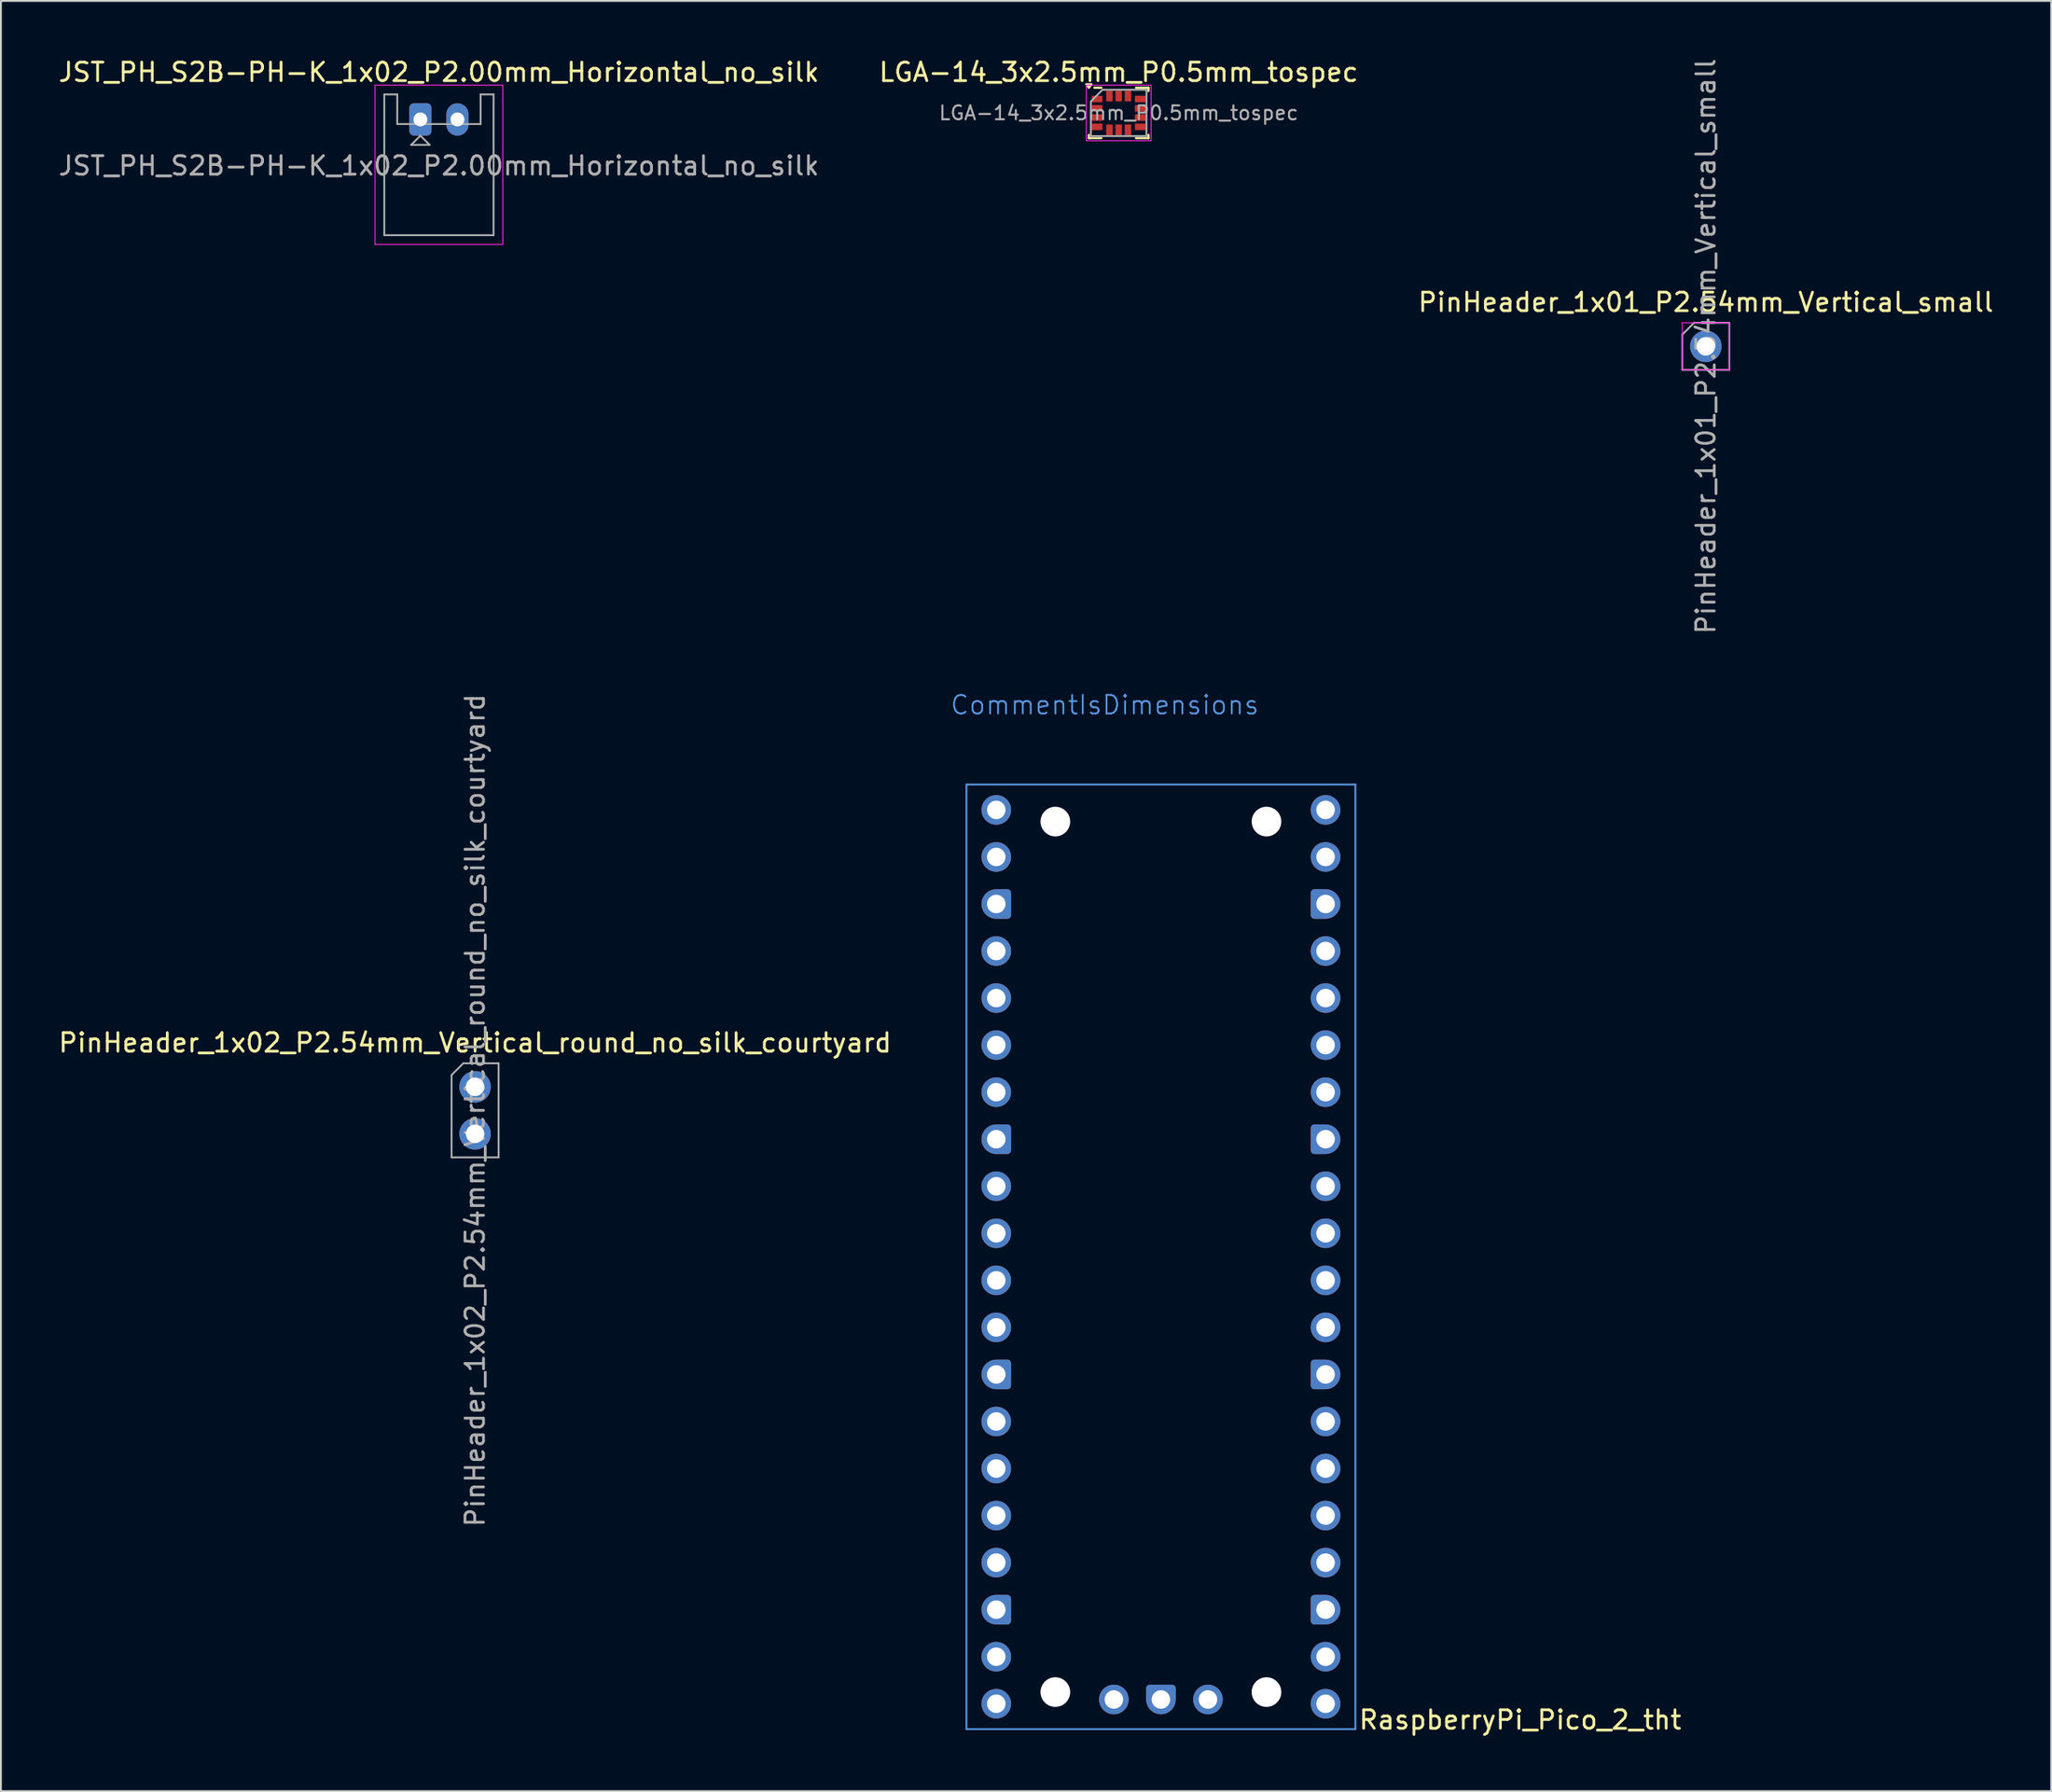
<source format=kicad_pcb>
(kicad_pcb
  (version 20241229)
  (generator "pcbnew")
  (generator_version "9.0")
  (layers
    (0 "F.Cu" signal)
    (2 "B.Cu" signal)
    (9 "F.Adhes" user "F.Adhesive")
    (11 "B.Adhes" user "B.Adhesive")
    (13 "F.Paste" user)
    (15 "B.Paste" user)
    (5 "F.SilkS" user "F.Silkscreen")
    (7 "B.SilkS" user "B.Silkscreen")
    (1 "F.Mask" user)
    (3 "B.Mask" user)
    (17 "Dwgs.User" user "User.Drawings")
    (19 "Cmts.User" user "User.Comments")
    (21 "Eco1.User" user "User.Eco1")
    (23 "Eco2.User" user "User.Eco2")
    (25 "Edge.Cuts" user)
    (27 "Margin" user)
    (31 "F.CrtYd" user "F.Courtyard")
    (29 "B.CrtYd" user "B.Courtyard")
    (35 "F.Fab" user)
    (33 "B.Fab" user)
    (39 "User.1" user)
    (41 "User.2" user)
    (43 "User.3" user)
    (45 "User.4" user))
  (footprint "LGA-14_3x2.5mm_P0.5mm_tospec"
    (layer "F.Cu")
    (at 57.351 3.048)
    (property "Reference" "LGA-14_3x2.5mm_P0.5mm_tospec" (at 0 -2.2 0) (layer "F.SilkS") (effects (font (size 1 1) (thickness 0.15))))
    (attr smd)
    (fp_rect (start -1.5 -1.25) (end 1.5 1.25) (stroke (width 0.1) (type solid)) (fill yes) (layer "F.Mask"))
    (fp_line (start -1.61 1.36) (end -1.61 1.185) (stroke (width 0.12) (type solid)) (layer "F.SilkS"))
    (fp_line (start -0.935 -1.36) (end -1.31 -1.36) (stroke (width 0.12) (type solid)) (layer "F.SilkS"))
    (fp_line (start -0.935 1.36) (end -1.61 1.36) (stroke (width 0.12) (type solid)) (layer "F.SilkS"))
    (fp_line (start 0.935 -1.36) (end 1.61 -1.36) (stroke (width 0.12) (type solid)) (layer "F.SilkS"))
    (fp_line (start 0.935 1.36) (end 1.61 1.36) (stroke (width 0.12) (type solid)) (layer "F.SilkS"))
    (fp_line (start 1.61 -1.36) (end 1.61 -1.185) (stroke (width 0.12) (type solid)) (layer "F.SilkS"))
    (fp_line (start 1.61 1.36) (end 1.61 1.185) (stroke (width 0.12) (type solid)) (layer "F.SilkS"))
    (fp_poly (pts (xy -1.61 -1.36) (xy -1.75 -1.55) (xy -1.47 -1.55)) (stroke (width 0.12) (type solid)) (fill yes) (layer "F.SilkS"))
    (fp_rect (start 1.75 1.5) (end -1.75 -1.5) (stroke (width 0.05) (type solid)) (fill no) (layer "F.CrtYd"))
    (fp_poly (pts (xy -1.5 -0.625) (xy -1.5 1.25) (xy 1.5 1.25) (xy 1.5 -1.25) (xy -0.875 -1.25)) (stroke (width 0.1) (type solid)) (fill no) (layer "F.Fab"))
    (fp_text user "${REFERENCE}" (at 0 0 0) (layer "F.Fab") (effects (font (size 0.75 0.75) (thickness 0.11))))
    (pad "1" smd rect (at -1.163 -0.75) (size 0.575 0.35) (layers "F.Cu" "F.Mask" "F.Paste"))
    (pad "2" smd rect (at -1.163 -0.25) (size 0.575 0.35) (layers "F.Cu" "F.Mask" "F.Paste"))
    (pad "3" smd rect (at -1.163 0.25) (size 0.575 0.35) (layers "F.Cu" "F.Mask" "F.Paste"))
    (pad "4" smd rect (at -1.163 0.75) (size 0.575 0.35) (layers "F.Cu" "F.Mask" "F.Paste"))
    (pad "5" smd rect (at -0.5 0.912) (size 0.35 0.575) (layers "F.Cu" "F.Mask" "F.Paste"))
    (pad "6" smd rect (at 0 0.912) (size 0.35 0.575) (layers "F.Cu" "F.Mask" "F.Paste"))
    (pad "7" smd rect (at 0.5 0.912) (size 0.35 0.575) (layers "F.Cu" "F.Mask" "F.Paste"))
    (pad "8" smd rect (at 1.163 0.75) (size 0.575 0.35) (layers "F.Cu" "F.Mask" "F.Paste"))
    (pad "9" smd rect (at 1.163 0.25) (size 0.575 0.35) (layers "F.Cu" "F.Mask" "F.Paste"))
    (pad "10" smd rect (at 1.163 -0.25) (size 0.575 0.35) (layers "F.Cu" "F.Mask" "F.Paste"))
    (pad "11" smd rect (at 1.163 -0.75) (size 0.575 0.35) (layers "F.Cu" "F.Mask" "F.Paste"))
    (pad "12" smd rect (at 0.5 -0.912) (size 0.35 0.575) (layers "F.Cu" "F.Mask" "F.Paste"))
    (pad "13" smd rect (at 0 -0.912) (size 0.35 0.575) (layers "F.Cu" "F.Mask" "F.Paste"))
    (pad "14" smd rect (at -0.5 -0.912) (size 0.35 0.575) (layers "F.Cu" "F.Mask" "F.Paste")))
  (footprint "PinHeader_1x01_P2.54mm_Vertical_small"
    (layer "F.Cu")
    (at 89.054 15.649)
    (property "Reference" "PinHeader_1x01_P2.54mm_Vertical_small" (at 0 -2.38 0) (layer "F.SilkS") (effects (font (size 1 1) (thickness 0.15))))
    (attr through_hole)
    (fp_line (start -1.27 -1.27) (end -1.27 1.27) (stroke (width 0.05) (type solid)) (layer "F.CrtYd"))
    (fp_line (start -1.27 1.27) (end 1.27 1.27) (stroke (width 0.05) (type solid)) (layer "F.CrtYd"))
    (fp_line (start 1.27 -1.27) (end -1.27 -1.27) (stroke (width 0.05) (type solid)) (layer "F.CrtYd"))
    (fp_line (start 1.27 1.27) (end 1.27 -1.27) (stroke (width 0.05) (type solid)) (layer "F.CrtYd"))
    (fp_line (start -1.27 -0.635) (end -0.635 -1.27) (stroke (width 0.1) (type solid)) (layer "F.Fab"))
    (fp_line (start -1.27 1.27) (end -1.27 -0.635) (stroke (width 0.1) (type solid)) (layer "F.Fab"))
    (fp_line (start -0.635 -1.27) (end 1.27 -1.27) (stroke (width 0.1) (type solid)) (layer "F.Fab"))
    (fp_line (start 1.27 -1.27) (end 1.27 1.27) (stroke (width 0.1) (type solid)) (layer "F.Fab"))
    (fp_line (start 1.27 1.27) (end -1.27 1.27) (stroke (width 0.1) (type solid)) (layer "F.Fab"))
    (fp_text user "${REFERENCE}" (at 0 0 90) (layer "F.Fab") (effects (font (size 1 1) (thickness 0.15))))
    (pad "1" thru_hole circle (at 0 0) (size 1.7 1.7) (drill 1) (layers "*.Cu" "*.Mask")))
  (footprint "RaspberryPi_Pico_2_tht"
    (layer "F.Cu")
    (at 50.742 40.678)
    (property "Reference" "RaspberryPi_Pico_2_tht" (at 19.5 49.13 0) (unlocked yes) (layer "F.SilkS") (effects (font (size 1 1) (thickness 0.15)) (justify left)))
    (attr through_hole)
    (fp_line (start -1.61 -1.37) (end -1.61 49.63) (stroke (width 0.1) (type solid)) (layer "Cmts.User"))
    (fp_line (start -1.61 -1.37) (end 19.39 -1.37) (stroke (width 0.1) (type solid)) (layer "Cmts.User"))
    (fp_line (start -1.61 49.63) (end 19.39 49.63) (stroke (width 0.1) (type solid)) (layer "Cmts.User"))
    (fp_line (start 19.39 -1.37) (end 19.39 49.63) (stroke (width 0.1) (type solid)) (layer "Cmts.User"))
    (fp_text user "CommentIsDimensions" (at -2.54 -5.08 0) (unlocked yes) (layer "Cmts.User") (effects (font (size 1 1) (thickness 0.1)) (justify left bottom)))
    (pad "" np_thru_hole circle (at 3.19 0.63) (size 1.6 1.6) (drill 2.1) (layers "*.Cu" "*.Mask"))
    (pad "" np_thru_hole circle (at 3.19 47.63) (size 1.6 1.6) (drill 2.1) (layers "*.Cu" "*.Mask"))
    (pad "" np_thru_hole circle (at 14.59 0.63) (size 1.6 1.6) (drill 2.1) (layers "*.Cu" "*.Mask"))
    (pad "" np_thru_hole circle (at 14.59 47.63) (size 1.6 1.6) (drill 2.1) (layers "*.Cu" "*.Mask"))
    (pad "1" thru_hole circle (at 0 0) (size 1.6 1.6) (drill 1) (layers "*.Cu" "*.Mask"))
    (pad "2" thru_hole circle (at 0 2.54) (size 1.6 1.6) (drill 1) (layers "*.Cu" "*.Mask"))
    (pad "3" thru_hole custom (at 0 5.08) (size 1.6 1.6) (drill 1) (layers "*.Cu" "*.Mask") (options (anchor circle)) (primitives (gr_poly (pts (xy 0.8 0.6) (xy 0.8 -0.6) (xy 0.6 -0.8) (xy 0 -0.8) (xy 0 0.8) (xy 0.6 0.8)) (width 0) (fill yes)) (gr_circle (center 0.6 0.6) (end 0.8 0.6) (width 0) (fill yes)) (gr_circle (center 0.6 -0.6) (end 0.8 -0.6) (width 0) (fill yes))))
    (pad "4" thru_hole circle (at 0 7.62) (size 1.6 1.6) (drill 1) (layers "*.Cu" "*.Mask"))
    (pad "5" thru_hole circle (at 0 10.16) (size 1.6 1.6) (drill 1) (layers "*.Cu" "*.Mask"))
    (pad "6" thru_hole circle (at 0 12.7) (size 1.6 1.6) (drill 1) (layers "*.Cu" "*.Mask"))
    (pad "7" thru_hole circle (at 0 15.24) (size 1.6 1.6) (drill 1) (layers "*.Cu" "*.Mask"))
    (pad "8" thru_hole custom (at 0 17.78) (size 1.6 1.6) (drill 1) (layers "*.Cu" "*.Mask") (options (anchor circle)) (primitives (gr_poly (pts (xy 0.8 0.6) (xy 0.8 -0.6) (xy 0.6 -0.8) (xy 0 -0.8) (xy 0 0.8) (xy 0.6 0.8)) (width 0) (fill yes)) (gr_circle (center 0.6 0.6) (end 0.8 0.6) (width 0) (fill yes)) (gr_circle (center 0.6 -0.6) (end 0.8 -0.6) (width 0) (fill yes))))
    (pad "9" thru_hole circle (at 0 20.32) (size 1.6 1.6) (drill 1) (layers "*.Cu" "*.Mask"))
    (pad "10" thru_hole circle (at 0 22.86) (size 1.6 1.6) (drill 1) (layers "*.Cu" "*.Mask"))
    (pad "11" thru_hole circle (at 0 25.4) (size 1.6 1.6) (drill 1) (layers "*.Cu" "*.Mask"))
    (pad "12" thru_hole circle (at 0 27.94) (size 1.6 1.6) (drill 1) (layers "*.Cu" "*.Mask"))
    (pad "13" thru_hole custom (at 0 30.48) (size 1.6 1.6) (drill 1) (layers "*.Cu" "*.Mask") (options (anchor circle)) (primitives (gr_poly (pts (xy 0.8 0.6) (xy 0.8 -0.6) (xy 0.6 -0.8) (xy 0 -0.8) (xy 0 0.8) (xy 0.6 0.8)) (width 0) (fill yes)) (gr_circle (center 0.6 0.6) (end 0.8 0.6) (width 0) (fill yes)) (gr_circle (center 0.6 -0.6) (end 0.8 -0.6) (width 0) (fill yes))))
    (pad "14" thru_hole circle (at 0 33.02) (size 1.6 1.6) (drill 1) (layers "*.Cu" "*.Mask"))
    (pad "15" thru_hole circle (at 0 35.56) (size 1.6 1.6) (drill 1) (layers "*.Cu" "*.Mask"))
    (pad "16" thru_hole circle (at 0 38.1) (size 1.6 1.6) (drill 1) (layers "*.Cu" "*.Mask"))
    (pad "17" thru_hole circle (at 0 40.64) (size 1.6 1.6) (drill 1) (layers "*.Cu" "*.Mask"))
    (pad "18" thru_hole custom (at 0 43.18) (size 1.6 1.6) (drill 1) (layers "*.Cu" "*.Mask") (options (anchor circle)) (primitives (gr_poly (pts (xy 0.8 0.6) (xy 0.8 -0.6) (xy 0.6 -0.8) (xy 0 -0.8) (xy 0 0.8) (xy 0.6 0.8)) (width 0) (fill yes)) (gr_circle (center 0.6 0.6) (end 0.8 0.6) (width 0) (fill yes)) (gr_circle (center 0.6 -0.6) (end 0.8 -0.6) (width 0) (fill yes))))
    (pad "19" thru_hole circle (at 0 45.72) (size 1.6 1.6) (drill 1) (layers "*.Cu" "*.Mask"))
    (pad "20" thru_hole circle (at 0 48.26) (size 1.6 1.6) (drill 1) (layers "*.Cu" "*.Mask"))
    (pad "21" thru_hole circle (at 17.78 48.26) (size 1.6 1.6) (drill 1) (layers "*.Cu" "*.Mask"))
    (pad "22" thru_hole circle (at 17.78 45.72) (size 1.6 1.6) (drill 1) (layers "*.Cu" "*.Mask"))
    (pad "23" thru_hole custom (at 17.78 43.18) (size 1.6 1.6) (drill 1) (layers "*.Cu" "*.Mask") (options (anchor circle)) (primitives (gr_poly (pts (xy -0.8 0.6) (xy -0.8 -0.6) (xy -0.6 -0.8) (xy 0 -0.8) (xy 0 0.8) (xy -0.6 0.8)) (width 0) (fill yes)) (gr_circle (center -0.6 0.6) (end -0.4 0.6) (width 0) (fill yes)) (gr_circle (center -0.6 -0.6) (end -0.4 -0.6) (width 0) (fill yes))))
    (pad "24" thru_hole circle (at 17.78 40.64) (size 1.6 1.6) (drill 1) (layers "*.Cu" "*.Mask"))
    (pad "25" thru_hole circle (at 17.78 38.1) (size 1.6 1.6) (drill 1) (layers "*.Cu" "*.Mask"))
    (pad "26" thru_hole circle (at 17.78 35.56) (size 1.6 1.6) (drill 1) (layers "*.Cu" "*.Mask"))
    (pad "27" thru_hole circle (at 17.78 33.02) (size 1.6 1.6) (drill 1) (layers "*.Cu" "*.Mask"))
    (pad "28" thru_hole custom (at 17.78 30.48) (size 1.6 1.6) (drill 1) (layers "*.Cu" "*.Mask") (options (anchor circle)) (primitives (gr_poly (pts (xy -0.8 0.6) (xy -0.8 -0.6) (xy -0.6 -0.8) (xy 0 -0.8) (xy 0 0.8) (xy -0.6 0.8)) (width 0) (fill yes)) (gr_circle (center -0.6 0.6) (end -0.4 0.6) (width 0) (fill yes)) (gr_circle (center -0.6 -0.6) (end -0.4 -0.6) (width 0) (fill yes))))
    (pad "29" thru_hole circle (at 17.78 27.94) (size 1.6 1.6) (drill 1) (layers "*.Cu" "*.Mask"))
    (pad "30" thru_hole circle (at 17.78 25.4) (size 1.6 1.6) (drill 1) (layers "*.Cu" "*.Mask"))
    (pad "31" thru_hole circle (at 17.78 22.86) (size 1.6 1.6) (drill 1) (layers "*.Cu" "*.Mask"))
    (pad "32" thru_hole circle (at 17.78 20.32) (size 1.6 1.6) (drill 1) (layers "*.Cu" "*.Mask"))
    (pad "33" thru_hole custom (at 17.78 17.78) (size 1.6 1.6) (drill 1) (layers "*.Cu" "*.Mask") (options (anchor circle)) (primitives (gr_poly (pts (xy -0.8 0.6) (xy -0.8 -0.6) (xy -0.6 -0.8) (xy 0 -0.8) (xy 0 0.8) (xy -0.6 0.8)) (width 0) (fill yes)) (gr_circle (center -0.6 0.6) (end -0.4 0.6) (width 0) (fill yes)) (gr_circle (center -0.6 -0.6) (end -0.4 -0.6) (width 0) (fill yes))))
    (pad "34" thru_hole circle (at 17.78 15.24) (size 1.6 1.6) (drill 1) (layers "*.Cu" "*.Mask"))
    (pad "35" thru_hole circle (at 17.78 12.7) (size 1.6 1.6) (drill 1) (layers "*.Cu" "*.Mask"))
    (pad "36" thru_hole circle (at 17.78 10.16) (size 1.6 1.6) (drill 1) (layers "*.Cu" "*.Mask"))
    (pad "37" thru_hole circle (at 17.78 7.62) (size 1.6 1.6) (drill 1) (layers "*.Cu" "*.Mask"))
    (pad "38" thru_hole custom (at 17.78 5.08) (size 1.6 1.6) (drill 1) (layers "*.Cu" "*.Mask") (options (anchor circle)) (primitives (gr_poly (pts (xy -0.8 0.6) (xy -0.8 -0.6) (xy -0.6 -0.8) (xy 0 -0.8) (xy 0 0.8) (xy -0.6 0.8)) (width 0) (fill yes)) (gr_circle (center -0.6 0.6) (end -0.4 0.6) (width 0) (fill yes)) (gr_circle (center -0.6 -0.6) (end -0.4 -0.6) (width 0) (fill yes))))
    (pad "39" thru_hole circle (at 17.78 2.54) (size 1.6 1.6) (drill 1) (layers "*.Cu" "*.Mask"))
    (pad "40" thru_hole circle (at 17.78 0) (size 1.6 1.6) (drill 1) (layers "*.Cu" "*.Mask"))
    (pad "dbg_gnd" thru_hole custom (at 8.89 48.03 270) (size 1.6 1.6) (drill 1) (layers "*.Cu" "*.Mask") (options (anchor circle)) (primitives (gr_poly (pts (xy -0.8 0.6) (xy -0.8 -0.6) (xy -0.6 -0.8) (xy 0 -0.8) (xy 0 0.8) (xy -0.6 0.8)) (width 0) (fill yes)) (gr_circle (center -0.6 0.6) (end -0.4 0.6) (width 0) (fill yes)) (gr_circle (center -0.6 -0.6) (end -0.4 -0.6) (width 0) (fill yes))))
    (pad "swclk" thru_hole circle (at 6.35 48.03) (size 1.6 1.6) (drill 1) (layers "*.Cu" "*.Mask"))
    (pad "swdio" thru_hole circle (at 11.43 48.03) (size 1.6 1.6) (drill 1) (layers "*.Cu" "*.Mask")))
  (footprint "PinHeader_1x02_P2.54mm_Vertical_round_no_silk_courtyard"
    (layer "F.Cu")
    (at 22.601 55.629)
    (property "Reference" "PinHeader_1x02_P2.54mm_Vertical_round_no_silk_courtyard" (at 0 -2.38 0) (layer "F.SilkS") (effects (font (size 1 1) (thickness 0.15))))
    (attr through_hole)
    (fp_line (start -1.27 -0.635) (end -0.635 -1.27) (stroke (width 0.1) (type solid)) (layer "F.Fab"))
    (fp_line (start -1.27 3.81) (end -1.27 -0.635) (stroke (width 0.1) (type solid)) (layer "F.Fab"))
    (fp_line (start -0.635 -1.27) (end 1.27 -1.27) (stroke (width 0.1) (type solid)) (layer "F.Fab"))
    (fp_line (start 1.27 -1.27) (end 1.27 3.81) (stroke (width 0.1) (type solid)) (layer "F.Fab"))
    (fp_line (start 1.27 3.81) (end -1.27 3.81) (stroke (width 0.1) (type solid)) (layer "F.Fab"))
    (fp_text user "${REFERENCE}" (at 0 1.27 90) (layer "F.Fab") (effects (font (size 1 1) (thickness 0.15))))
    (pad "1" thru_hole circle (at 0 0) (size 1.7 1.7) (drill 1) (layers "*.Cu" "*.Mask"))
    (pad "2" thru_hole circle (at 0 2.54) (size 1.7 1.7) (drill 1) (layers "*.Cu" "*.Mask")))
  (footprint "JST_PH_S2B-PH-K_1x02_P2.00mm_Horizontal_no_silk"
    (layer "F.Cu")
    (at 19.649 3.398)
    (property "Reference" "JST_PH_S2B-PH-K_1x02_P2.00mm_Horizontal_no_silk" (at 1 -2.55 0) (layer "F.SilkS") (effects (font (size 1 1) (thickness 0.15))))
    (attr through_hole)
    (fp_line (start -2.45 -1.85) (end -2.45 6.75) (stroke (width 0.05) (type solid)) (layer "F.CrtYd"))
    (fp_line (start -2.45 6.75) (end 4.45 6.75) (stroke (width 0.05) (type solid)) (layer "F.CrtYd"))
    (fp_line (start 4.45 -1.85) (end -2.45 -1.85) (stroke (width 0.05) (type solid)) (layer "F.CrtYd"))
    (fp_line (start 4.45 6.75) (end 4.45 -1.85) (stroke (width 0.05) (type solid)) (layer "F.CrtYd"))
    (fp_line (start -1.95 -1.35) (end -1.95 6.25) (stroke (width 0.1) (type solid)) (layer "F.Fab"))
    (fp_line (start -1.95 6.25) (end 3.95 6.25) (stroke (width 0.1) (type solid)) (layer "F.Fab"))
    (fp_line (start -1.25 -1.35) (end -1.95 -1.35) (stroke (width 0.1) (type solid)) (layer "F.Fab"))
    (fp_line (start -1.25 0.25) (end -1.25 -1.35) (stroke (width 0.1) (type solid)) (layer "F.Fab"))
    (fp_line (start -0.5 1.375) (end 0.5 1.375) (stroke (width 0.1) (type solid)) (layer "F.Fab"))
    (fp_line (start 0 0.875) (end -0.5 1.375) (stroke (width 0.1) (type solid)) (layer "F.Fab"))
    (fp_line (start 0.5 1.375) (end 0 0.875) (stroke (width 0.1) (type solid)) (layer "F.Fab"))
    (fp_line (start 3.25 -1.35) (end 3.25 0.25) (stroke (width 0.1) (type solid)) (layer "F.Fab"))
    (fp_line (start 3.25 0.25) (end -1.25 0.25) (stroke (width 0.1) (type solid)) (layer "F.Fab"))
    (fp_line (start 3.95 -1.35) (end 3.25 -1.35) (stroke (width 0.1) (type solid)) (layer "F.Fab"))
    (fp_line (start 3.95 6.25) (end 3.95 -1.35) (stroke (width 0.1) (type solid)) (layer "F.Fab"))
    (fp_text user "${REFERENCE}" (at 1 2.5 0) (layer "F.Fab") (effects (font (size 1 1) (thickness 0.15))))
    (pad "1" thru_hole roundrect (at 0 0) (size 1.2 1.75) (drill 0.75) (layers "*.Cu" "*.Mask") (roundrect_rratio 0.208))
    (pad "2" thru_hole oval (at 2 0) (size 1.2 1.75) (drill 0.75) (layers "*.Cu" "*.Mask")))
  (gr_rect
    (start -3 -3)
    (end 107.702 93.656)
    (stroke (width 0.1) (type default))
    (fill no)
    (layer "Edge.Cuts")))
</source>
